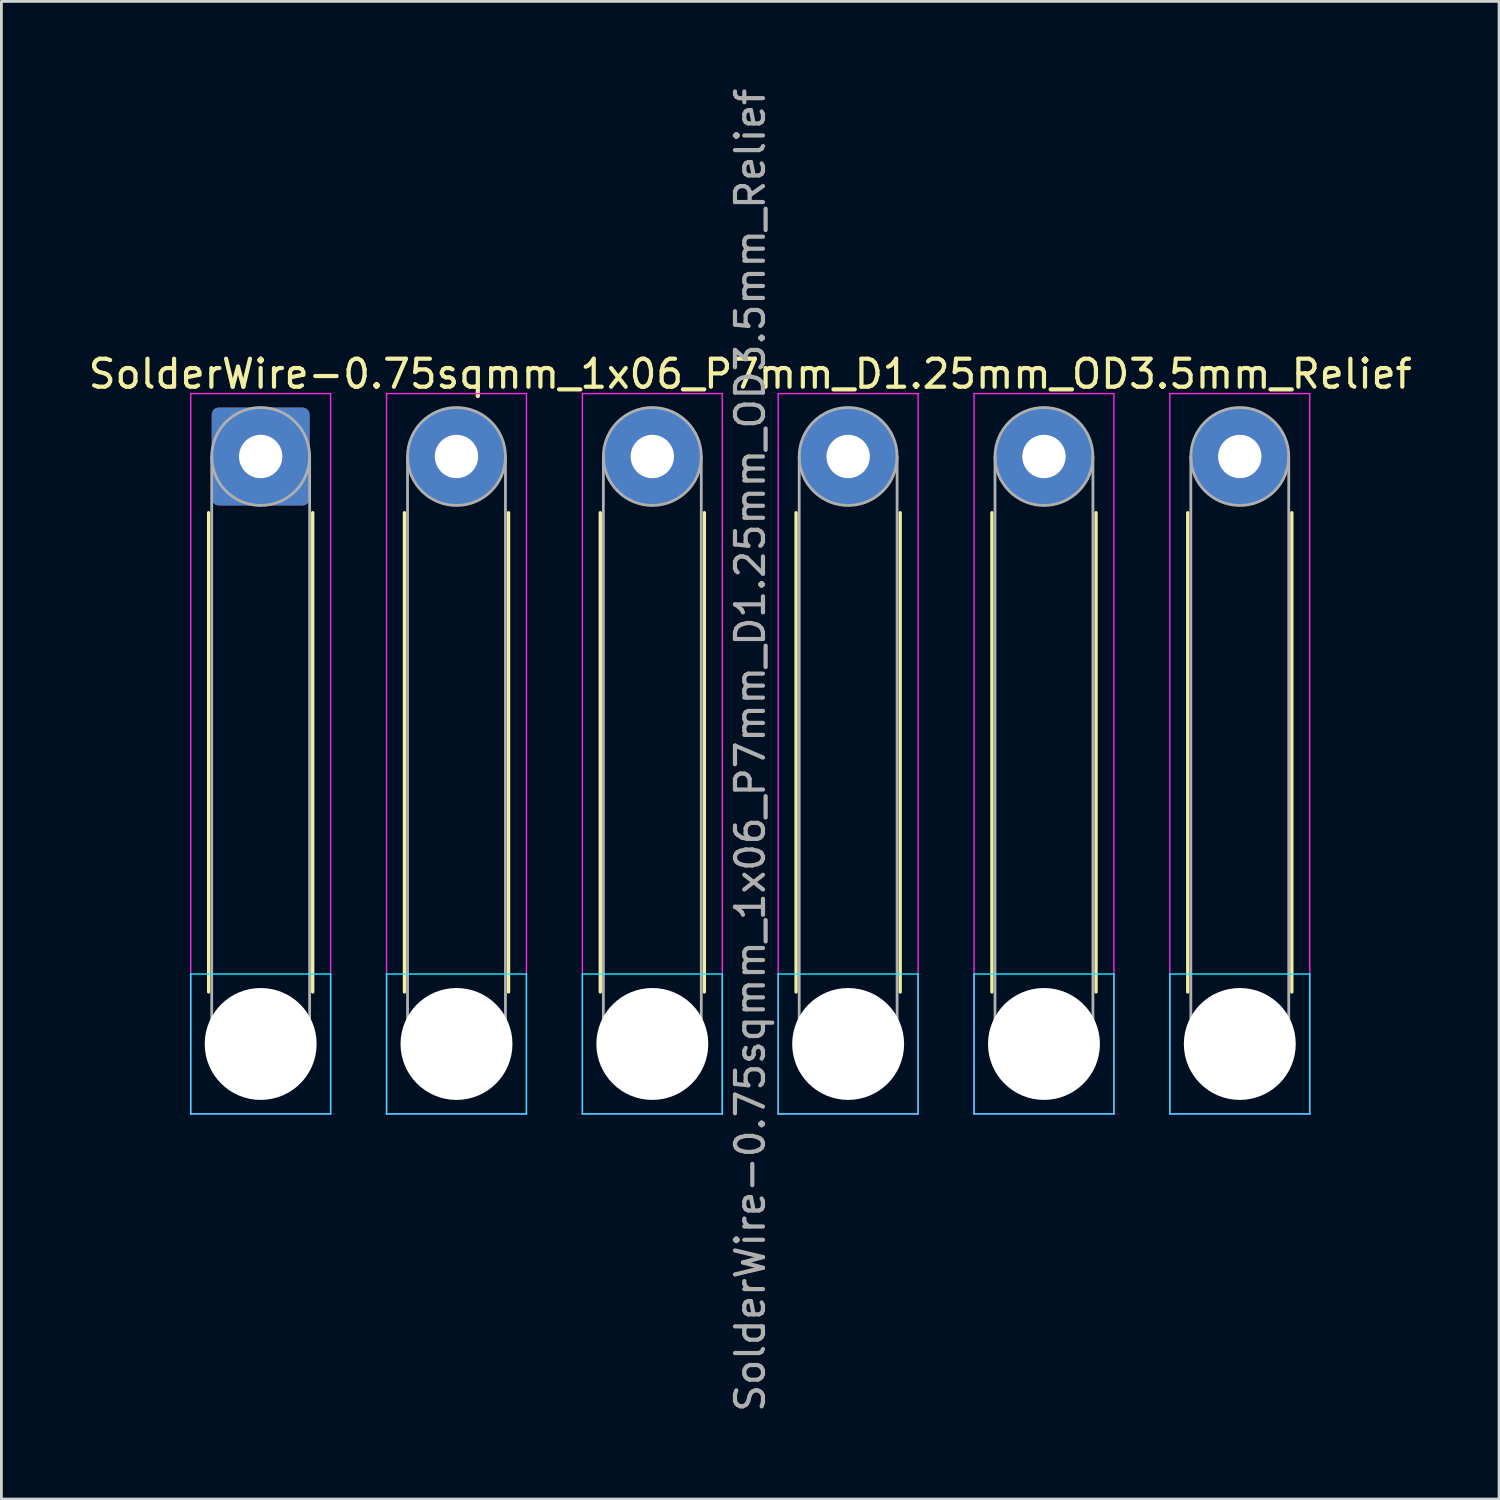
<source format=kicad_pcb>
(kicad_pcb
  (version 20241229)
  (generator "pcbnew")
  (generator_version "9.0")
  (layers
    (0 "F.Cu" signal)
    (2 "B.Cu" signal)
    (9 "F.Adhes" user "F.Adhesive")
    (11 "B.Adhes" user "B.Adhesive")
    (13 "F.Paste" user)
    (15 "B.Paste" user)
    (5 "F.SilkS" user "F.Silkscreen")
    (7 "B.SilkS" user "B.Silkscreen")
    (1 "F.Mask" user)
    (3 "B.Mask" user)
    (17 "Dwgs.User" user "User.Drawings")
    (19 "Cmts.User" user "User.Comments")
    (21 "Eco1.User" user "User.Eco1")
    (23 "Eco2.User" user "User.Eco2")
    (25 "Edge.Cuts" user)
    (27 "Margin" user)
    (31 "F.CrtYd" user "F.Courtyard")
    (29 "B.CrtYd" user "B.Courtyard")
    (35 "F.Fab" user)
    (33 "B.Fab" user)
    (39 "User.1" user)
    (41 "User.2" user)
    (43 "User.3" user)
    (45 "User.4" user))
  (footprint "SolderWire-0.75sqmm_1x06_P7mm_D1.25mm_OD3.5mm_Relief"
    (layer "F.Cu")
    (at 6.268 13.268)
    (property "Reference" "SolderWire-0.75sqmm_1x06_P7mm_D1.25mm_OD3.5mm_Relief" (at 17.5 -2.95 0) (layer "F.SilkS") (effects (font (size 1 1) (thickness 0.15))))
    (attr exclude_from_pos_files exclude_from_bom)
    (fp_line (start -1.86 2.01) (end -1.86 19.14) (stroke (width 0.12) (type solid)) (layer "F.SilkS"))
    (fp_line (start 1.86 2.01) (end 1.86 19.14) (stroke (width 0.12) (type solid)) (layer "F.SilkS"))
    (fp_line (start 5.14 2.01) (end 5.14 19.14) (stroke (width 0.12) (type solid)) (layer "F.SilkS"))
    (fp_line (start 8.86 2.01) (end 8.86 19.14) (stroke (width 0.12) (type solid)) (layer "F.SilkS"))
    (fp_line (start 12.14 2.01) (end 12.14 19.14) (stroke (width 0.12) (type solid)) (layer "F.SilkS"))
    (fp_line (start 15.86 2.01) (end 15.86 19.14) (stroke (width 0.12) (type solid)) (layer "F.SilkS"))
    (fp_line (start 19.14 2.01) (end 19.14 19.14) (stroke (width 0.12) (type solid)) (layer "F.SilkS"))
    (fp_line (start 22.86 2.01) (end 22.86 19.14) (stroke (width 0.12) (type solid)) (layer "F.SilkS"))
    (fp_line (start 26.14 2.01) (end 26.14 19.14) (stroke (width 0.12) (type solid)) (layer "F.SilkS"))
    (fp_line (start 29.86 2.01) (end 29.86 19.14) (stroke (width 0.12) (type solid)) (layer "F.SilkS"))
    (fp_line (start 33.14 2.01) (end 33.14 19.14) (stroke (width 0.12) (type solid)) (layer "F.SilkS"))
    (fp_line (start 36.86 2.01) (end 36.86 19.14) (stroke (width 0.12) (type solid)) (layer "F.SilkS"))
    (fp_line (start -2.5 18.5) (end -2.5 23.5) (stroke (width 0.05) (type solid)) (layer "B.CrtYd"))
    (fp_line (start -2.5 23.5) (end 2.5 23.5) (stroke (width 0.05) (type solid)) (layer "B.CrtYd"))
    (fp_line (start 2.5 18.5) (end -2.5 18.5) (stroke (width 0.05) (type solid)) (layer "B.CrtYd"))
    (fp_line (start 2.5 23.5) (end 2.5 18.5) (stroke (width 0.05) (type solid)) (layer "B.CrtYd"))
    (fp_line (start 4.5 18.5) (end 4.5 23.5) (stroke (width 0.05) (type solid)) (layer "B.CrtYd"))
    (fp_line (start 4.5 23.5) (end 9.5 23.5) (stroke (width 0.05) (type solid)) (layer "B.CrtYd"))
    (fp_line (start 9.5 18.5) (end 4.5 18.5) (stroke (width 0.05) (type solid)) (layer "B.CrtYd"))
    (fp_line (start 9.5 23.5) (end 9.5 18.5) (stroke (width 0.05) (type solid)) (layer "B.CrtYd"))
    (fp_line (start 11.5 18.5) (end 11.5 23.5) (stroke (width 0.05) (type solid)) (layer "B.CrtYd"))
    (fp_line (start 11.5 23.5) (end 16.5 23.5) (stroke (width 0.05) (type solid)) (layer "B.CrtYd"))
    (fp_line (start 16.5 18.5) (end 11.5 18.5) (stroke (width 0.05) (type solid)) (layer "B.CrtYd"))
    (fp_line (start 16.5 23.5) (end 16.5 18.5) (stroke (width 0.05) (type solid)) (layer "B.CrtYd"))
    (fp_line (start 18.5 18.5) (end 18.5 23.5) (stroke (width 0.05) (type solid)) (layer "B.CrtYd"))
    (fp_line (start 18.5 23.5) (end 23.5 23.5) (stroke (width 0.05) (type solid)) (layer "B.CrtYd"))
    (fp_line (start 23.5 18.5) (end 18.5 18.5) (stroke (width 0.05) (type solid)) (layer "B.CrtYd"))
    (fp_line (start 23.5 23.5) (end 23.5 18.5) (stroke (width 0.05) (type solid)) (layer "B.CrtYd"))
    (fp_line (start 25.5 18.5) (end 25.5 23.5) (stroke (width 0.05) (type solid)) (layer "B.CrtYd"))
    (fp_line (start 25.5 23.5) (end 30.5 23.5) (stroke (width 0.05) (type solid)) (layer "B.CrtYd"))
    (fp_line (start 30.5 18.5) (end 25.5 18.5) (stroke (width 0.05) (type solid)) (layer "B.CrtYd"))
    (fp_line (start 30.5 23.5) (end 30.5 18.5) (stroke (width 0.05) (type solid)) (layer "B.CrtYd"))
    (fp_line (start 32.5 18.5) (end 32.5 23.5) (stroke (width 0.05) (type solid)) (layer "B.CrtYd"))
    (fp_line (start 32.5 23.5) (end 37.5 23.5) (stroke (width 0.05) (type solid)) (layer "B.CrtYd"))
    (fp_line (start 37.5 18.5) (end 32.5 18.5) (stroke (width 0.05) (type solid)) (layer "B.CrtYd"))
    (fp_line (start 37.5 23.5) (end 37.5 18.5) (stroke (width 0.05) (type solid)) (layer "B.CrtYd"))
    (fp_line (start -2.5 -2.25) (end -2.5 23.5) (stroke (width 0.05) (type solid)) (layer "F.CrtYd"))
    (fp_line (start -2.5 23.5) (end 2.5 23.5) (stroke (width 0.05) (type solid)) (layer "F.CrtYd"))
    (fp_line (start 2.5 -2.25) (end -2.5 -2.25) (stroke (width 0.05) (type solid)) (layer "F.CrtYd"))
    (fp_line (start 2.5 23.5) (end 2.5 -2.25) (stroke (width 0.05) (type solid)) (layer "F.CrtYd"))
    (fp_line (start 4.5 -2.25) (end 4.5 23.5) (stroke (width 0.05) (type solid)) (layer "F.CrtYd"))
    (fp_line (start 4.5 23.5) (end 9.5 23.5) (stroke (width 0.05) (type solid)) (layer "F.CrtYd"))
    (fp_line (start 9.5 -2.25) (end 4.5 -2.25) (stroke (width 0.05) (type solid)) (layer "F.CrtYd"))
    (fp_line (start 9.5 23.5) (end 9.5 -2.25) (stroke (width 0.05) (type solid)) (layer "F.CrtYd"))
    (fp_line (start 11.5 -2.25) (end 11.5 23.5) (stroke (width 0.05) (type solid)) (layer "F.CrtYd"))
    (fp_line (start 11.5 23.5) (end 16.5 23.5) (stroke (width 0.05) (type solid)) (layer "F.CrtYd"))
    (fp_line (start 16.5 -2.25) (end 11.5 -2.25) (stroke (width 0.05) (type solid)) (layer "F.CrtYd"))
    (fp_line (start 16.5 23.5) (end 16.5 -2.25) (stroke (width 0.05) (type solid)) (layer "F.CrtYd"))
    (fp_line (start 18.5 -2.25) (end 18.5 23.5) (stroke (width 0.05) (type solid)) (layer "F.CrtYd"))
    (fp_line (start 18.5 23.5) (end 23.5 23.5) (stroke (width 0.05) (type solid)) (layer "F.CrtYd"))
    (fp_line (start 23.5 -2.25) (end 18.5 -2.25) (stroke (width 0.05) (type solid)) (layer "F.CrtYd"))
    (fp_line (start 23.5 23.5) (end 23.5 -2.25) (stroke (width 0.05) (type solid)) (layer "F.CrtYd"))
    (fp_line (start 25.5 -2.25) (end 25.5 23.5) (stroke (width 0.05) (type solid)) (layer "F.CrtYd"))
    (fp_line (start 25.5 23.5) (end 30.5 23.5) (stroke (width 0.05) (type solid)) (layer "F.CrtYd"))
    (fp_line (start 30.5 -2.25) (end 25.5 -2.25) (stroke (width 0.05) (type solid)) (layer "F.CrtYd"))
    (fp_line (start 30.5 23.5) (end 30.5 -2.25) (stroke (width 0.05) (type solid)) (layer "F.CrtYd"))
    (fp_line (start 32.5 -2.25) (end 32.5 23.5) (stroke (width 0.05) (type solid)) (layer "F.CrtYd"))
    (fp_line (start 32.5 23.5) (end 37.5 23.5) (stroke (width 0.05) (type solid)) (layer "F.CrtYd"))
    (fp_line (start 37.5 -2.25) (end 32.5 -2.25) (stroke (width 0.05) (type solid)) (layer "F.CrtYd"))
    (fp_line (start 37.5 23.5) (end 37.5 -2.25) (stroke (width 0.05) (type solid)) (layer "F.CrtYd"))
    (fp_line (start -1.75 0) (end -1.75 21) (stroke (width 0.1) (type solid)) (layer "F.Fab"))
    (fp_line (start 1.75 0) (end 1.75 21) (stroke (width 0.1) (type solid)) (layer "F.Fab"))
    (fp_line (start 5.25 0) (end 5.25 21) (stroke (width 0.1) (type solid)) (layer "F.Fab"))
    (fp_line (start 8.75 0) (end 8.75 21) (stroke (width 0.1) (type solid)) (layer "F.Fab"))
    (fp_line (start 12.25 0) (end 12.25 21) (stroke (width 0.1) (type solid)) (layer "F.Fab"))
    (fp_line (start 15.75 0) (end 15.75 21) (stroke (width 0.1) (type solid)) (layer "F.Fab"))
    (fp_line (start 19.25 0) (end 19.25 21) (stroke (width 0.1) (type solid)) (layer "F.Fab"))
    (fp_line (start 22.75 0) (end 22.75 21) (stroke (width 0.1) (type solid)) (layer "F.Fab"))
    (fp_line (start 26.25 0) (end 26.25 21) (stroke (width 0.1) (type solid)) (layer "F.Fab"))
    (fp_line (start 29.75 0) (end 29.75 21) (stroke (width 0.1) (type solid)) (layer "F.Fab"))
    (fp_line (start 33.25 0) (end 33.25 21) (stroke (width 0.1) (type solid)) (layer "F.Fab"))
    (fp_line (start 36.75 0) (end 36.75 21) (stroke (width 0.1) (type solid)) (layer "F.Fab"))
    (fp_circle (center 0 0) (end 1.75 0) (stroke (width 0.1) (type solid)) (fill no) (layer "F.Fab"))
    (fp_circle (center 0 21) (end 1.75 21) (stroke (width 0.1) (type solid)) (fill no) (layer "F.Fab"))
    (fp_circle (center 7 0) (end 8.75 0) (stroke (width 0.1) (type solid)) (fill no) (layer "F.Fab"))
    (fp_circle (center 7 21) (end 8.75 21) (stroke (width 0.1) (type solid)) (fill no) (layer "F.Fab"))
    (fp_circle (center 14 0) (end 15.75 0) (stroke (width 0.1) (type solid)) (fill no) (layer "F.Fab"))
    (fp_circle (center 14 21) (end 15.75 21) (stroke (width 0.1) (type solid)) (fill no) (layer "F.Fab"))
    (fp_circle (center 21 0) (end 22.75 0) (stroke (width 0.1) (type solid)) (fill no) (layer "F.Fab"))
    (fp_circle (center 21 21) (end 22.75 21) (stroke (width 0.1) (type solid)) (fill no) (layer "F.Fab"))
    (fp_circle (center 28 0) (end 29.75 0) (stroke (width 0.1) (type solid)) (fill no) (layer "F.Fab"))
    (fp_circle (center 28 21) (end 29.75 21) (stroke (width 0.1) (type solid)) (fill no) (layer "F.Fab"))
    (fp_circle (center 35 0) (end 36.75 0) (stroke (width 0.1) (type solid)) (fill no) (layer "F.Fab"))
    (fp_circle (center 35 21) (end 36.75 21) (stroke (width 0.1) (type solid)) (fill no) (layer "F.Fab"))
    (fp_text user "${REFERENCE}" (at 17.5 10.5 90) (layer "F.Fab") (effects (font (size 1 1) (thickness 0.15))))
    (pad "" np_thru_hole circle (at 0 21) (size 4 4) (drill 4) (layers "*.Cu" "*.Mask"))
    (pad "" np_thru_hole circle (at 7 21) (size 4 4) (drill 4) (layers "*.Cu" "*.Mask"))
    (pad "" np_thru_hole circle (at 14 21) (size 4 4) (drill 4) (layers "*.Cu" "*.Mask"))
    (pad "" np_thru_hole circle (at 21 21) (size 4 4) (drill 4) (layers "*.Cu" "*.Mask"))
    (pad "" np_thru_hole circle (at 28 21) (size 4 4) (drill 4) (layers "*.Cu" "*.Mask"))
    (pad "" np_thru_hole circle (at 35 21) (size 4 4) (drill 4) (layers "*.Cu" "*.Mask"))
    (pad "1" thru_hole roundrect (at 0 0) (size 3.5 3.5) (drill 1.55) (layers "*.Cu" "*.Mask") (roundrect_rratio 0.071))
    (pad "2" thru_hole circle (at 7 0) (size 3.5 3.5) (drill 1.55) (layers "*.Cu" "*.Mask"))
    (pad "3" thru_hole circle (at 14 0) (size 3.5 3.5) (drill 1.55) (layers "*.Cu" "*.Mask"))
    (pad "4" thru_hole circle (at 21 0) (size 3.5 3.5) (drill 1.55) (layers "*.Cu" "*.Mask"))
    (pad "5" thru_hole circle (at 28 0) (size 3.5 3.5) (drill 1.55) (layers "*.Cu" "*.Mask"))
    (pad "6" thru_hole circle (at 35 0) (size 3.5 3.5) (drill 1.55) (layers "*.Cu" "*.Mask")))
  (gr_rect
    (start -3 -3)
    (end 50.536 50.536)
    (stroke (width 0.1) (type default))
    (fill no)
    (layer "Edge.Cuts")))
</source>
